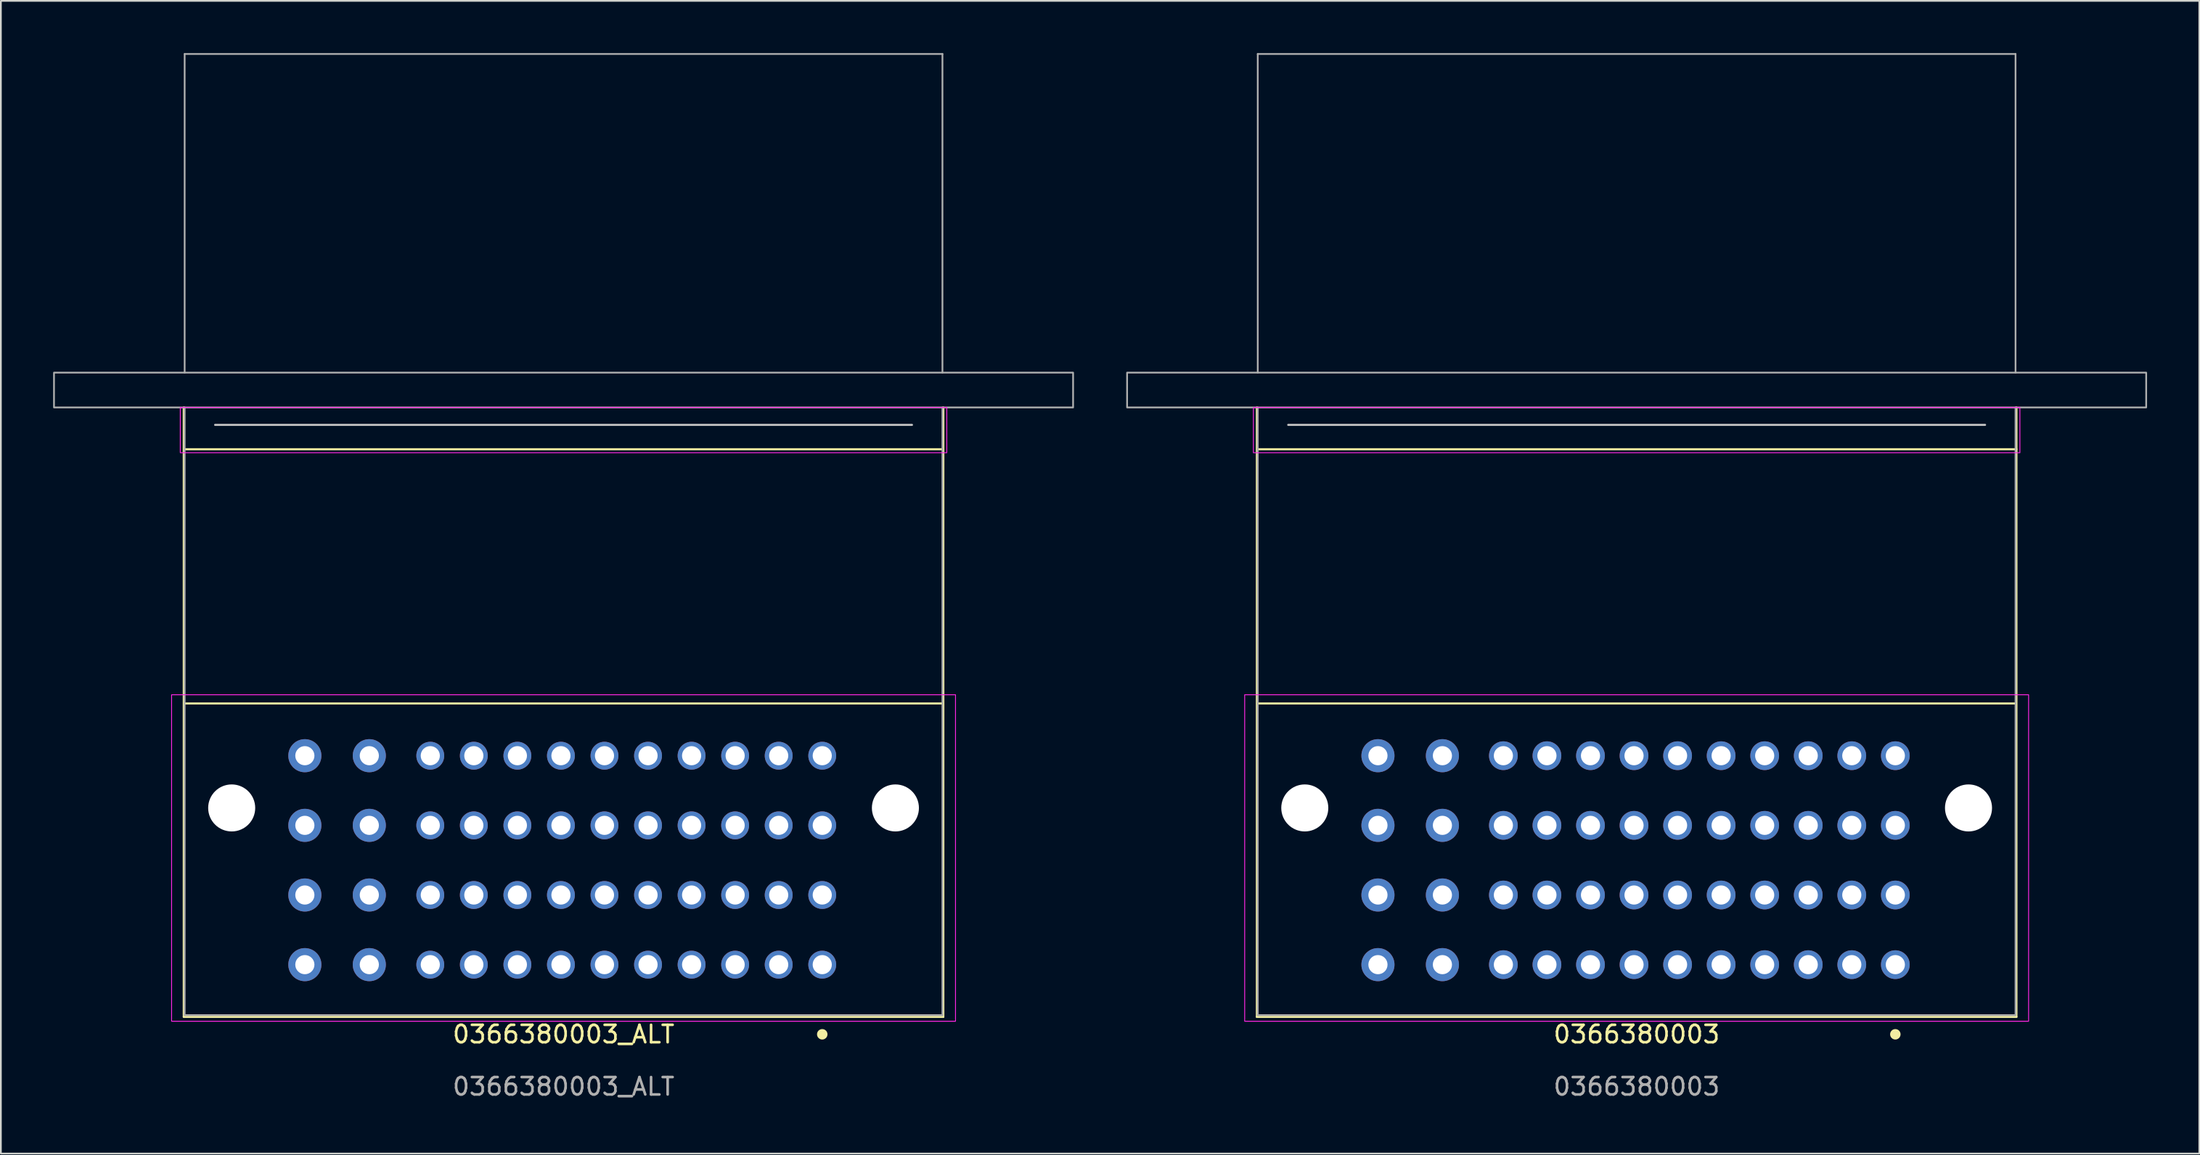
<source format=kicad_pcb>
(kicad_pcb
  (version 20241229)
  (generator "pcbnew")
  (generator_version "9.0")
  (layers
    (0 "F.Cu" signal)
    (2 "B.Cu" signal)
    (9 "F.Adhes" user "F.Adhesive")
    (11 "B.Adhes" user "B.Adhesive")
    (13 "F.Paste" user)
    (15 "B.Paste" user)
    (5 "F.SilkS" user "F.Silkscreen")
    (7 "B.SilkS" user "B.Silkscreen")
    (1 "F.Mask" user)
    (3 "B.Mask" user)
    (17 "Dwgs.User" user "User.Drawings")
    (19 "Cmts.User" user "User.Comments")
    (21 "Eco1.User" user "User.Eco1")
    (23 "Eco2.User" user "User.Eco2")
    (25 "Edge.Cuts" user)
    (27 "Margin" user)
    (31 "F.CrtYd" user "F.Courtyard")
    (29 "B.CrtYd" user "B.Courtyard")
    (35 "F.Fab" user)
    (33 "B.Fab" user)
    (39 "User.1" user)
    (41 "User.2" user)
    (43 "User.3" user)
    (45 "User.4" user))
  (footprint "0366380003_ALT"
    (layer "F.Cu")
    (at 29.3 20.35)
    (property "Reference" "0366380003_ALT" (at 0 36 0) (unlocked yes) (layer "F.SilkS") (effects (font (size 1 1) (thickness 0.15))))
    (attr through_hole)
    (fp_line (start -21.8 0) (end -21.8 35) (stroke (width 0.12) (type default)) (layer "F.SilkS"))
    (fp_line (start -21.8 35) (end 21.8 35) (stroke (width 0.12) (type default)) (layer "F.SilkS"))
    (fp_line (start -21.75 17) (end 21.75 17) (stroke (width 0.12) (type default)) (layer "F.SilkS"))
    (fp_line (start -21.7 2.4) (end 21.8 2.4) (stroke (width 0.12) (type default)) (layer "F.SilkS"))
    (fp_line (start 21.8 35) (end 21.8 0) (stroke (width 0.12) (type default)) (layer "F.SilkS"))
    (fp_circle (center 14.85 36) (end 15.15 36) (stroke (width 0) (type solid)) (fill yes) (layer "F.SilkS"))
    (fp_line (start 20 1) (end -20 1) (stroke (width 0.12) (type default)) (layer "Dwgs.User"))
    (fp_rect (start -22.5 16.5) (end 22.5 35.25) (stroke (width 0.05) (type default)) (fill no) (layer "F.CrtYd"))
    (fp_rect (start -22 0) (end 22 2.6) (stroke (width 0.05) (type default)) (fill no) (layer "F.CrtYd"))
    (fp_line (start -21.75 -20.3) (end 21.75 -20.3) (stroke (width 0.1) (type default)) (layer "F.Fab"))
    (fp_line (start -21.75 -2) (end -21.75 -20.3) (stroke (width 0.1) (type default)) (layer "F.Fab"))
    (fp_line (start -21.75 34.9) (end -21.75 0) (stroke (width 0.1) (type default)) (layer "F.Fab"))
    (fp_line (start 21.75 -20.3) (end 21.75 -2) (stroke (width 0.1) (type default)) (layer "F.Fab"))
    (fp_line (start 21.75 0) (end 21.75 34.9) (stroke (width 0.1) (type default)) (layer "F.Fab"))
    (fp_line (start 21.75 34.9) (end -21.75 34.9) (stroke (width 0.1) (type default)) (layer "F.Fab"))
    (fp_rect (start -29.25 0) (end 29.25 -2) (stroke (width 0.1) (type default)) (fill no) (layer "F.Fab"))
    (fp_line (start -21.8 2.5) (end 21.8 2.5) (stroke (width 0.12) (type default)) (layer "User.8"))
    (fp_text user "${REFERENCE}" (at 0 39 0) (unlocked yes) (layer "F.Fab") (effects (font (size 1 1) (thickness 0.15))))
    (fp_text user "PCB EDGE" (at 0 4.1 0) (unlocked yes) (layer "User.8") (effects (font (size 1 1) (thickness 0.15)) (justify bottom)))
    (pad "" np_thru_hole circle (at -19.05 23) (size 2.7 2.7) (drill 2.7) (layers "*.Cu" "*.Mask"))
    (pad "" np_thru_hole circle (at 19.05 23) (size 2.7 2.7) (drill 2.7) (layers "*.Cu" "*.Mask"))
    (pad "A1" thru_hole circle (at 14.85 32) (size 1.6 1.6) (drill 1.1) (layers "*.Cu" "*.Mask"))
    (pad "A2" thru_hole circle (at 14.85 28) (size 1.6 1.6) (drill 1.1) (layers "*.Cu" "*.Mask"))
    (pad "A3" thru_hole circle (at 14.85 24) (size 1.6 1.6) (drill 1.1) (layers "*.Cu" "*.Mask"))
    (pad "A4" thru_hole circle (at 14.85 20) (size 1.6 1.6) (drill 1.1) (layers "*.Cu" "*.Mask"))
    (pad "B1" thru_hole circle (at 12.35 32) (size 1.6 1.6) (drill 1.1) (layers "*.Cu" "*.Mask"))
    (pad "B2" thru_hole circle (at 12.35 28) (size 1.6 1.6) (drill 1.1) (layers "*.Cu" "*.Mask"))
    (pad "B3" thru_hole circle (at 12.35 24) (size 1.6 1.6) (drill 1.1) (layers "*.Cu" "*.Mask"))
    (pad "B4" thru_hole circle (at 12.35 20) (size 1.6 1.6) (drill 1.1) (layers "*.Cu" "*.Mask"))
    (pad "C1" thru_hole circle (at 9.85 32) (size 1.6 1.6) (drill 1.1) (layers "*.Cu" "*.Mask"))
    (pad "C2" thru_hole circle (at 9.85 28) (size 1.6 1.6) (drill 1.1) (layers "*.Cu" "*.Mask"))
    (pad "C3" thru_hole circle (at 9.85 24) (size 1.6 1.6) (drill 1.1) (layers "*.Cu" "*.Mask"))
    (pad "C4" thru_hole circle (at 9.85 20) (size 1.6 1.6) (drill 1.1) (layers "*.Cu" "*.Mask"))
    (pad "D1" thru_hole circle (at 7.35 32) (size 1.6 1.6) (drill 1.1) (layers "*.Cu" "*.Mask"))
    (pad "D2" thru_hole circle (at 7.35 28) (size 1.6 1.6) (drill 1.1) (layers "*.Cu" "*.Mask"))
    (pad "D3" thru_hole circle (at 7.35 24) (size 1.6 1.6) (drill 1.1) (layers "*.Cu" "*.Mask"))
    (pad "D4" thru_hole circle (at 7.35 20) (size 1.6 1.6) (drill 1.1) (layers "*.Cu" "*.Mask"))
    (pad "E1" thru_hole circle (at 4.85 32) (size 1.6 1.6) (drill 1.1) (layers "*.Cu" "*.Mask"))
    (pad "E2" thru_hole circle (at 4.85 28) (size 1.6 1.6) (drill 1.1) (layers "*.Cu" "*.Mask"))
    (pad "E3" thru_hole circle (at 4.85 24) (size 1.6 1.6) (drill 1.1) (layers "*.Cu" "*.Mask"))
    (pad "E4" thru_hole circle (at 4.85 20) (size 1.6 1.6) (drill 1.1) (layers "*.Cu" "*.Mask"))
    (pad "F1" thru_hole circle (at 2.35 32) (size 1.6 1.6) (drill 1.1) (layers "*.Cu" "*.Mask"))
    (pad "F2" thru_hole circle (at 2.35 28) (size 1.6 1.6) (drill 1.1) (layers "*.Cu" "*.Mask"))
    (pad "F3" thru_hole circle (at 2.35 24) (size 1.6 1.6) (drill 1.1) (layers "*.Cu" "*.Mask"))
    (pad "F4" thru_hole circle (at 2.35 20) (size 1.6 1.6) (drill 1.1) (layers "*.Cu" "*.Mask"))
    (pad "G1" thru_hole circle (at -0.15 32) (size 1.6 1.6) (drill 1.1) (layers "*.Cu" "*.Mask"))
    (pad "G2" thru_hole circle (at -0.15 28) (size 1.6 1.6) (drill 1.1) (layers "*.Cu" "*.Mask"))
    (pad "G3" thru_hole circle (at -0.15 24) (size 1.6 1.6) (drill 1.1) (layers "*.Cu" "*.Mask"))
    (pad "G4" thru_hole circle (at -0.15 20) (size 1.6 1.6) (drill 1.1) (layers "*.Cu" "*.Mask"))
    (pad "H1" thru_hole circle (at -2.65 32) (size 1.6 1.6) (drill 1.1) (layers "*.Cu" "*.Mask"))
    (pad "H2" thru_hole circle (at -2.65 28) (size 1.6 1.6) (drill 1.1) (layers "*.Cu" "*.Mask"))
    (pad "H3" thru_hole circle (at -2.65 24) (size 1.6 1.6) (drill 1.1) (layers "*.Cu" "*.Mask"))
    (pad "H4" thru_hole circle (at -2.65 20) (size 1.6 1.6) (drill 1.1) (layers "*.Cu" "*.Mask"))
    (pad "J1" thru_hole circle (at -5.15 32) (size 1.6 1.6) (drill 1.1) (layers "*.Cu" "*.Mask"))
    (pad "J2" thru_hole circle (at -5.15 28) (size 1.6 1.6) (drill 1.1) (layers "*.Cu" "*.Mask"))
    (pad "J3" thru_hole circle (at -5.15 24) (size 1.6 1.6) (drill 1.1) (layers "*.Cu" "*.Mask"))
    (pad "J4" thru_hole circle (at -5.15 20) (size 1.6 1.6) (drill 1.1) (layers "*.Cu" "*.Mask"))
    (pad "K1" thru_hole circle (at -7.65 32) (size 1.6 1.6) (drill 1.1) (layers "*.Cu" "*.Mask"))
    (pad "K2" thru_hole circle (at -7.65 28) (size 1.6 1.6) (drill 1.1) (layers "*.Cu" "*.Mask"))
    (pad "K3" thru_hole circle (at -7.65 24) (size 1.6 1.6) (drill 1.1) (layers "*.Cu" "*.Mask"))
    (pad "K4" thru_hole circle (at -7.65 20) (size 1.6 1.6) (drill 1.1) (layers "*.Cu" "*.Mask"))
    (pad "L1" thru_hole circle (at -11.15 32) (size 1.9 1.9) (drill 1.1) (layers "*.Cu" "*.Mask"))
    (pad "L2" thru_hole circle (at -11.15 28) (size 1.9 1.9) (drill 1.1) (layers "*.Cu" "*.Mask"))
    (pad "L3" thru_hole circle (at -11.15 24) (size 1.9 1.9) (drill 1.1) (layers "*.Cu" "*.Mask"))
    (pad "L4" thru_hole circle (at -11.15 20) (size 1.9 1.9) (drill 1.1) (layers "*.Cu" "*.Mask"))
    (pad "M1" thru_hole circle (at -14.85 32) (size 1.9 1.9) (drill 1.1) (layers "*.Cu" "*.Mask"))
    (pad "M2" thru_hole circle (at -14.85 28) (size 1.9 1.9) (drill 1.1) (layers "*.Cu" "*.Mask"))
    (pad "M3" thru_hole circle (at -14.85 24) (size 1.9 1.9) (drill 1.1) (layers "*.Cu" "*.Mask"))
    (pad "M4" thru_hole circle (at -14.85 20) (size 1.9 1.9) (drill 1.1) (layers "*.Cu" "*.Mask")))
  (footprint "0366380003"
    (layer "F.Cu")
    (at 90.9 20.35)
    (property "Reference" "0366380003" (at 0 36 0) (unlocked yes) (layer "F.SilkS") (effects (font (size 1 1) (thickness 0.15))))
    (attr through_hole)
    (fp_line (start -21.8 0) (end -21.8 35) (stroke (width 0.12) (type default)) (layer "F.SilkS"))
    (fp_line (start -21.8 35) (end 21.8 35) (stroke (width 0.12) (type default)) (layer "F.SilkS"))
    (fp_line (start -21.75 17) (end 21.75 17) (stroke (width 0.12) (type default)) (layer "F.SilkS"))
    (fp_line (start -21.7 2.4) (end 21.8 2.4) (stroke (width 0.12) (type default)) (layer "F.SilkS"))
    (fp_line (start 21.8 35) (end 21.8 0) (stroke (width 0.12) (type default)) (layer "F.SilkS"))
    (fp_circle (center 14.85 36) (end 15.15 36) (stroke (width 0) (type solid)) (fill yes) (layer "F.SilkS"))
    (fp_line (start 20 1) (end -20 1) (stroke (width 0.12) (type default)) (layer "Dwgs.User"))
    (fp_rect (start -22.5 16.5) (end 22.5 35.25) (stroke (width 0.05) (type default)) (fill no) (layer "F.CrtYd"))
    (fp_rect (start -22 0) (end 22 2.6) (stroke (width 0.05) (type default)) (fill no) (layer "F.CrtYd"))
    (fp_line (start -21.75 -20.3) (end 21.75 -20.3) (stroke (width 0.1) (type default)) (layer "F.Fab"))
    (fp_line (start -21.75 -2) (end -21.75 -20.3) (stroke (width 0.1) (type default)) (layer "F.Fab"))
    (fp_line (start -21.75 34.9) (end -21.75 0) (stroke (width 0.1) (type default)) (layer "F.Fab"))
    (fp_line (start 21.75 -20.3) (end 21.75 -2) (stroke (width 0.1) (type default)) (layer "F.Fab"))
    (fp_line (start 21.75 0) (end 21.75 34.9) (stroke (width 0.1) (type default)) (layer "F.Fab"))
    (fp_line (start 21.75 34.9) (end -21.75 34.9) (stroke (width 0.1) (type default)) (layer "F.Fab"))
    (fp_rect (start -29.25 0) (end 29.25 -2) (stroke (width 0.1) (type default)) (fill no) (layer "F.Fab"))
    (fp_line (start -21.8 2.5) (end 21.8 2.5) (stroke (width 0.12) (type default)) (layer "User.8"))
    (fp_text user "${REFERENCE}" (at 0 39 0) (unlocked yes) (layer "F.Fab") (effects (font (size 1 1) (thickness 0.15))))
    (fp_text user "PCB EDGE" (at 0 4.1 0) (unlocked yes) (layer "User.8") (effects (font (size 1 1) (thickness 0.15)) (justify bottom)))
    (pad "" np_thru_hole circle (at -19.05 23) (size 2.7 2.7) (drill 2.7) (layers "*.Cu" "*.Mask"))
    (pad "" np_thru_hole circle (at 19.05 23) (size 2.7 2.7) (drill 2.7) (layers "*.Cu" "*.Mask"))
    (pad "A1" thru_hole circle (at 14.85 32) (size 1.65 1.65) (drill 1.1) (layers "*.Cu" "*.Mask"))
    (pad "A2" thru_hole circle (at 14.85 28) (size 1.65 1.65) (drill 1.1) (layers "*.Cu" "*.Mask"))
    (pad "A3" thru_hole circle (at 14.85 24) (size 1.65 1.65) (drill 1.1) (layers "*.Cu" "*.Mask"))
    (pad "A4" thru_hole circle (at 14.85 20) (size 1.65 1.65) (drill 1.1) (layers "*.Cu" "*.Mask"))
    (pad "B1" thru_hole circle (at 12.35 32) (size 1.65 1.65) (drill 1.1) (layers "*.Cu" "*.Mask"))
    (pad "B2" thru_hole circle (at 12.35 28) (size 1.65 1.65) (drill 1.1) (layers "*.Cu" "*.Mask"))
    (pad "B3" thru_hole circle (at 12.35 24) (size 1.65 1.65) (drill 1.1) (layers "*.Cu" "*.Mask"))
    (pad "B4" thru_hole circle (at 12.35 20) (size 1.65 1.65) (drill 1.1) (layers "*.Cu" "*.Mask"))
    (pad "C1" thru_hole circle (at 9.85 32) (size 1.65 1.65) (drill 1.1) (layers "*.Cu" "*.Mask"))
    (pad "C2" thru_hole circle (at 9.85 28) (size 1.65 1.65) (drill 1.1) (layers "*.Cu" "*.Mask"))
    (pad "C3" thru_hole circle (at 9.85 24) (size 1.65 1.65) (drill 1.1) (layers "*.Cu" "*.Mask"))
    (pad "C4" thru_hole circle (at 9.85 20) (size 1.65 1.65) (drill 1.1) (layers "*.Cu" "*.Mask"))
    (pad "D1" thru_hole circle (at 7.35 32) (size 1.65 1.65) (drill 1.1) (layers "*.Cu" "*.Mask"))
    (pad "D2" thru_hole circle (at 7.35 28) (size 1.65 1.65) (drill 1.1) (layers "*.Cu" "*.Mask"))
    (pad "D3" thru_hole circle (at 7.35 24) (size 1.65 1.65) (drill 1.1) (layers "*.Cu" "*.Mask"))
    (pad "D4" thru_hole circle (at 7.35 20) (size 1.65 1.65) (drill 1.1) (layers "*.Cu" "*.Mask"))
    (pad "E1" thru_hole circle (at 4.85 32) (size 1.65 1.65) (drill 1.1) (layers "*.Cu" "*.Mask"))
    (pad "E2" thru_hole circle (at 4.85 28) (size 1.65 1.65) (drill 1.1) (layers "*.Cu" "*.Mask"))
    (pad "E3" thru_hole circle (at 4.85 24) (size 1.65 1.65) (drill 1.1) (layers "*.Cu" "*.Mask"))
    (pad "E4" thru_hole circle (at 4.85 20) (size 1.65 1.65) (drill 1.1) (layers "*.Cu" "*.Mask"))
    (pad "F1" thru_hole circle (at 2.35 32) (size 1.65 1.65) (drill 1.1) (layers "*.Cu" "*.Mask"))
    (pad "F2" thru_hole circle (at 2.35 28) (size 1.65 1.65) (drill 1.1) (layers "*.Cu" "*.Mask"))
    (pad "F3" thru_hole circle (at 2.35 24) (size 1.65 1.65) (drill 1.1) (layers "*.Cu" "*.Mask"))
    (pad "F4" thru_hole circle (at 2.35 20) (size 1.65 1.65) (drill 1.1) (layers "*.Cu" "*.Mask"))
    (pad "G1" thru_hole circle (at -0.15 32) (size 1.65 1.65) (drill 1.1) (layers "*.Cu" "*.Mask"))
    (pad "G2" thru_hole circle (at -0.15 28) (size 1.65 1.65) (drill 1.1) (layers "*.Cu" "*.Mask"))
    (pad "G3" thru_hole circle (at -0.15 24) (size 1.65 1.65) (drill 1.1) (layers "*.Cu" "*.Mask"))
    (pad "G4" thru_hole circle (at -0.15 20) (size 1.65 1.65) (drill 1.1) (layers "*.Cu" "*.Mask"))
    (pad "H1" thru_hole circle (at -2.65 32) (size 1.65 1.65) (drill 1.1) (layers "*.Cu" "*.Mask"))
    (pad "H2" thru_hole circle (at -2.65 28) (size 1.65 1.65) (drill 1.1) (layers "*.Cu" "*.Mask"))
    (pad "H3" thru_hole circle (at -2.65 24) (size 1.65 1.65) (drill 1.1) (layers "*.Cu" "*.Mask"))
    (pad "H4" thru_hole circle (at -2.65 20) (size 1.65 1.65) (drill 1.1) (layers "*.Cu" "*.Mask"))
    (pad "J1" thru_hole circle (at -5.15 32) (size 1.65 1.65) (drill 1.1) (layers "*.Cu" "*.Mask"))
    (pad "J2" thru_hole circle (at -5.15 28) (size 1.65 1.65) (drill 1.1) (layers "*.Cu" "*.Mask"))
    (pad "J3" thru_hole circle (at -5.15 24) (size 1.65 1.65) (drill 1.1) (layers "*.Cu" "*.Mask"))
    (pad "J4" thru_hole circle (at -5.15 20) (size 1.65 1.65) (drill 1.1) (layers "*.Cu" "*.Mask"))
    (pad "K1" thru_hole circle (at -7.65 32) (size 1.65 1.65) (drill 1.1) (layers "*.Cu" "*.Mask"))
    (pad "K2" thru_hole circle (at -7.65 28) (size 1.65 1.65) (drill 1.1) (layers "*.Cu" "*.Mask"))
    (pad "K3" thru_hole circle (at -7.65 24) (size 1.65 1.65) (drill 1.1) (layers "*.Cu" "*.Mask"))
    (pad "K4" thru_hole circle (at -7.65 20) (size 1.65 1.65) (drill 1.1) (layers "*.Cu" "*.Mask"))
    (pad "L1" thru_hole circle (at -11.15 32) (size 1.9 1.9) (drill 1.1) (layers "*.Cu" "*.Mask"))
    (pad "L2" thru_hole circle (at -11.15 28) (size 1.9 1.9) (drill 1.1) (layers "*.Cu" "*.Mask"))
    (pad "L3" thru_hole circle (at -11.15 24) (size 1.9 1.9) (drill 1.1) (layers "*.Cu" "*.Mask"))
    (pad "L4" thru_hole circle (at -11.15 20) (size 1.9 1.9) (drill 1.1) (layers "*.Cu" "*.Mask"))
    (pad "M1" thru_hole circle (at -14.85 32) (size 1.9 1.9) (drill 1.1) (layers "*.Cu" "*.Mask"))
    (pad "M2" thru_hole circle (at -14.85 28) (size 1.9 1.9) (drill 1.1) (layers "*.Cu" "*.Mask"))
    (pad "M3" thru_hole circle (at -14.85 24) (size 1.9 1.9) (drill 1.1) (layers "*.Cu" "*.Mask"))
    (pad "M4" thru_hole circle (at -14.85 20) (size 1.9 1.9) (drill 1.1) (layers "*.Cu" "*.Mask")))
  (gr_rect
    (start -3 -3)
    (end 123.2 63.198)
    (stroke (width 0.1) (type default))
    (fill no)
    (layer "Edge.Cuts")))
</source>
